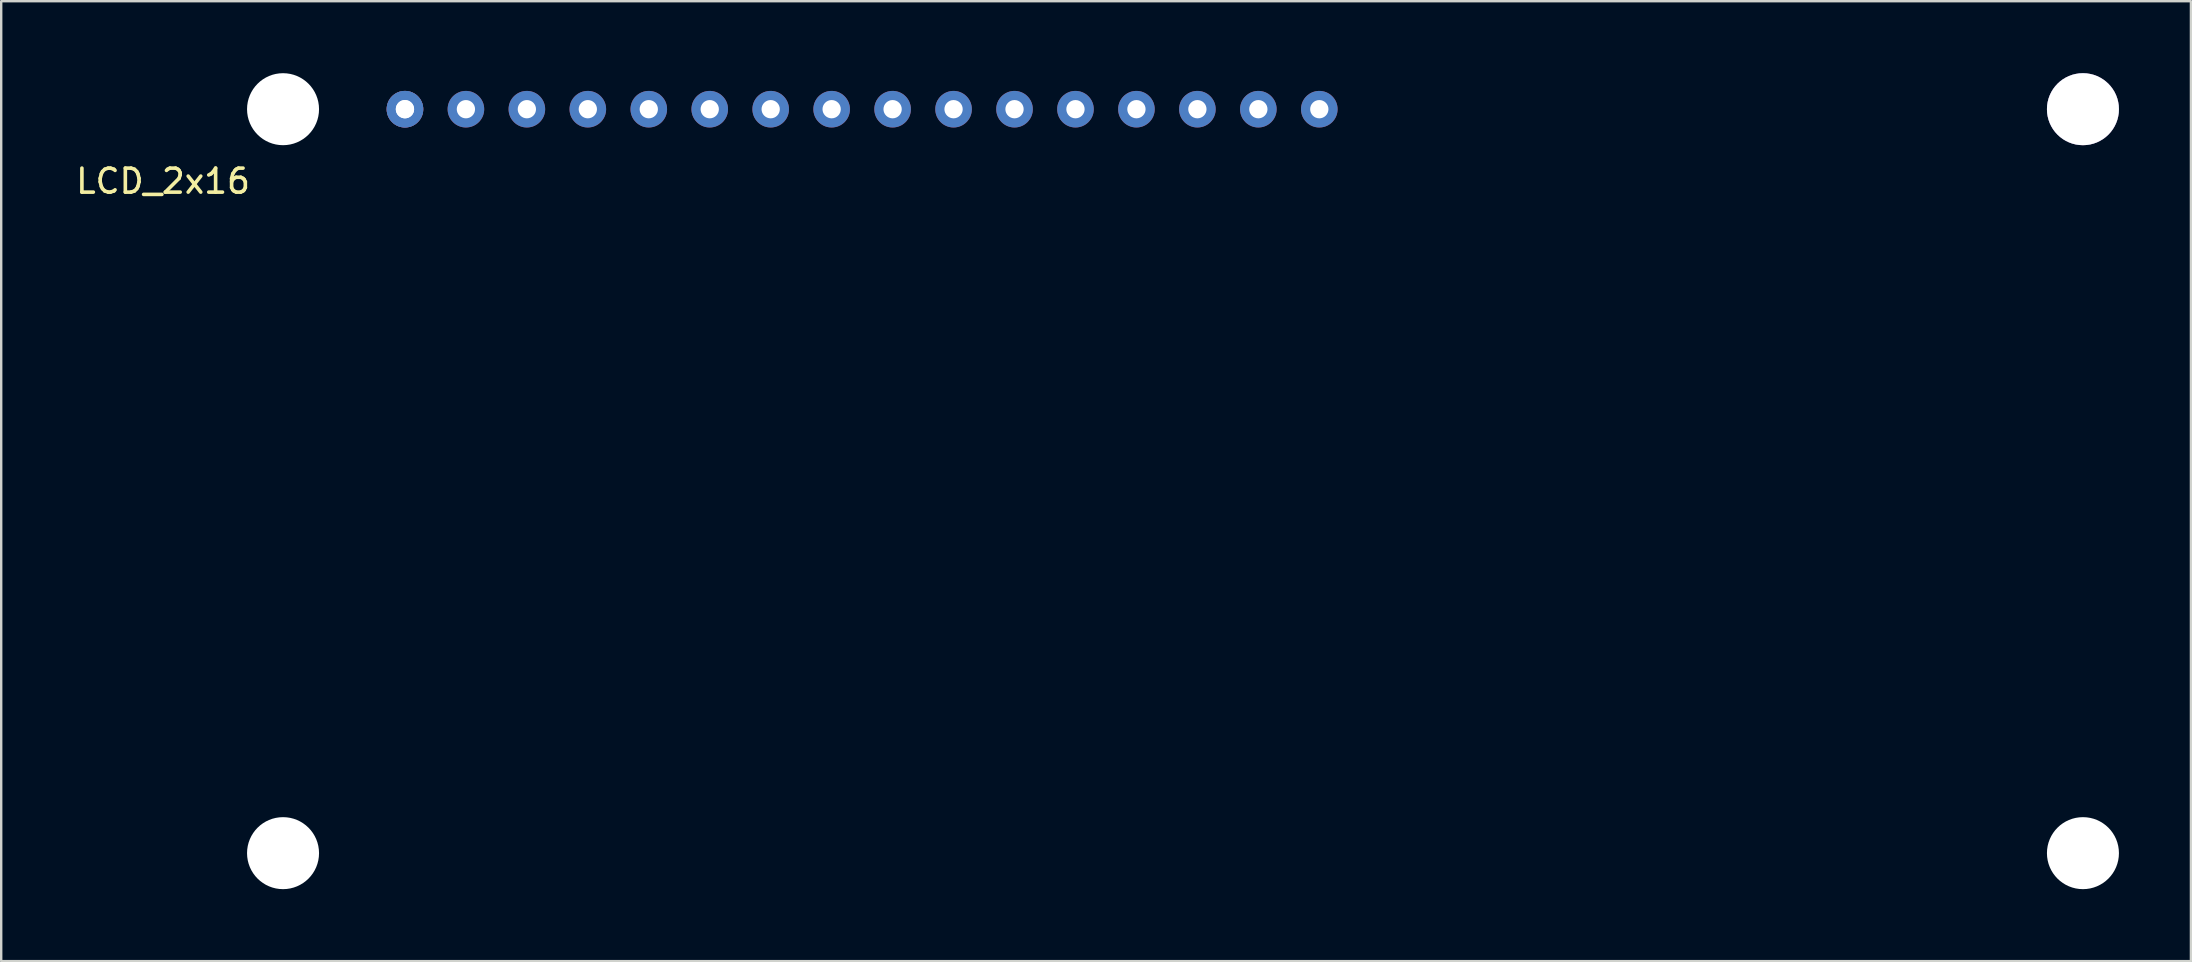
<source format=kicad_pcb>
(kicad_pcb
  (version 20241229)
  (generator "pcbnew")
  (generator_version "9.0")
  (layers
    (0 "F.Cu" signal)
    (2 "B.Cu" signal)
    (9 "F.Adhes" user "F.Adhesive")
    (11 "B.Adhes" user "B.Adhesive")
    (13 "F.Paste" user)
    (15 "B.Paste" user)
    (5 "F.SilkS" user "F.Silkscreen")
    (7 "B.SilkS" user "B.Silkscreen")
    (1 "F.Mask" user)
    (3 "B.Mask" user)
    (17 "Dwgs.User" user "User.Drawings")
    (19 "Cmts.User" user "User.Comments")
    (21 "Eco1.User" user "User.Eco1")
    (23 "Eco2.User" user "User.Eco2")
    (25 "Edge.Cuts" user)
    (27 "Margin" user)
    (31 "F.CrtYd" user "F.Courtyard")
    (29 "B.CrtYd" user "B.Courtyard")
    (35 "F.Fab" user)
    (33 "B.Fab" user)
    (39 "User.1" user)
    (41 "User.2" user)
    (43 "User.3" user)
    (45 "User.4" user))
  (footprint "LCD_2x16"
    (layer "F.Cu")
    (at 8.744 1.5)
    (property "Reference" "LCD_2x16" (at -5 3 0) (layer "F.SilkS") (effects (font (size 1 1) (thickness 0.15))))
    (attr through_hole)
    (pad "" np_thru_hole circle (at 0 0) (size 3 3) (drill 3) (layers "*.Cu" "*.Mask"))
    (pad "" np_thru_hole circle (at 0 31) (size 3 3) (drill 3) (layers "*.Cu" "*.Mask"))
    (pad "" thru_hole circle (at 5.08 0) (size 1.524 1.524) (drill 0.762) (layers "*.Cu" "*.Mask"))
    (pad "" np_thru_hole circle (at 5.08 0) (size 1.524 1.524) (drill 0.762) (layers "*.Cu" "*.Mask"))
    (pad "" np_thru_hole circle (at 75 31) (size 3 3) (drill 3) (layers "*.Cu" "*.Mask"))
    (pad "1" thru_hole circle (at 75 0) (size 3 3) (drill 3) (layers "*.Cu" "*.Mask"))
    (pad "2" thru_hole circle (at 7.62 0) (size 1.524 1.524) (drill 0.762) (layers "*.Cu" "*.Mask"))
    (pad "3" thru_hole circle (at 10.16 0) (size 1.524 1.524) (drill 0.762) (layers "*.Cu" "*.Mask"))
    (pad "4" thru_hole circle (at 12.7 0) (size 1.524 1.524) (drill 0.762) (layers "*.Cu" "*.Mask"))
    (pad "5" thru_hole circle (at 15.24 0) (size 1.524 1.524) (drill 0.762) (layers "*.Cu" "*.Mask"))
    (pad "6" thru_hole circle (at 17.78 0) (size 1.524 1.524) (drill 0.762) (layers "*.Cu" "*.Mask"))
    (pad "7" thru_hole circle (at 20.32 0) (size 1.524 1.524) (drill 0.762) (layers "*.Cu" "*.Mask"))
    (pad "8" thru_hole circle (at 22.86 0) (size 1.524 1.524) (drill 0.762) (layers "*.Cu" "*.Mask"))
    (pad "9" thru_hole circle (at 25.4 0) (size 1.524 1.524) (drill 0.762) (layers "*.Cu" "*.Mask"))
    (pad "10" thru_hole circle (at 27.94 0) (size 1.524 1.524) (drill 0.762) (layers "*.Cu" "*.Mask"))
    (pad "11" thru_hole circle (at 30.48 0) (size 1.524 1.524) (drill 0.762) (layers "*.Cu" "*.Mask"))
    (pad "12" thru_hole circle (at 33.02 0) (size 1.524 1.524) (drill 0.762) (layers "*.Cu" "*.Mask"))
    (pad "13" thru_hole circle (at 35.56 0) (size 1.524 1.524) (drill 0.762) (layers "*.Cu" "*.Mask"))
    (pad "14" thru_hole circle (at 38.1 0) (size 1.524 1.524) (drill 0.762) (layers "*.Cu" "*.Mask"))
    (pad "15" thru_hole circle (at 40.64 0) (size 1.524 1.524) (drill 0.762) (layers "*.Cu" "*.Mask"))
    (pad "16" thru_hole circle (at 43.18 0) (size 1.524 1.524) (drill 0.762) (layers "*.Cu" "*.Mask")))
  (gr_rect
    (start -3 -3)
    (end 88.244 37)
    (stroke (width 0.1) (type default))
    (fill no)
    (layer "Edge.Cuts")))
</source>
